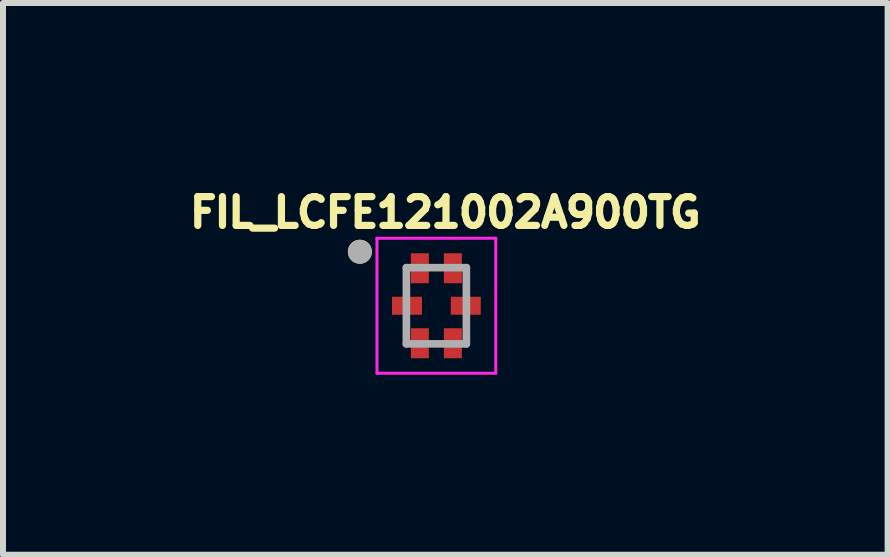
<source format=kicad_pcb>
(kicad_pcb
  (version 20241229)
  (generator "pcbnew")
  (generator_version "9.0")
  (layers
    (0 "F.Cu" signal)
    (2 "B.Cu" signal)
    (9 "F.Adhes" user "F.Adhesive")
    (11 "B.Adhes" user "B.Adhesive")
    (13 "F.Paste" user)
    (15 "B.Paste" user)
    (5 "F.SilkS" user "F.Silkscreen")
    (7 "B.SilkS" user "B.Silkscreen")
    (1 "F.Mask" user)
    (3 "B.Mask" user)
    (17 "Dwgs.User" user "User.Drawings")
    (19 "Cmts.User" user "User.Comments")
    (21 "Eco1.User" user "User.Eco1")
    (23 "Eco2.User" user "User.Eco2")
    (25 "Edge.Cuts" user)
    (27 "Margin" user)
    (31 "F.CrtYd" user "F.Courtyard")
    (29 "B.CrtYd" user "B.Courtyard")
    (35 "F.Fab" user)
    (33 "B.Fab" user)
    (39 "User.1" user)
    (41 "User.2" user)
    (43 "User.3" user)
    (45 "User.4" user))
  (footprint "FIL_LCFE121002A900TG"
    (layer "F.Cu")
    (at 4.223 2.046)
    (property "Reference" "FIL_LCFE121002A900TG" (at 0.149 -1.555 0) (layer "F.SilkS") (effects (font (size 0.48 0.48) (thickness 0.15))))
    (attr smd)
    (fp_circle (center -1.275 -0.9) (end -1.175 -0.9) (stroke (width 0.2) (type solid)) (fill no) (layer "F.SilkS"))
    (fp_poly (pts (xy -0.84 -0.15) (xy -0.24 -0.15) (xy -0.24 0.15) (xy -0.84 0.15)) (stroke (width 0.01) (type solid)) (fill yes) (layer "F.Paste"))
    (fp_poly (pts (xy -0.425 -0.975) (xy -0.125 -0.975) (xy -0.125 -0.375) (xy -0.425 -0.375)) (stroke (width 0.01) (type solid)) (fill yes) (layer "F.Paste"))
    (fp_poly (pts (xy -0.425 0.375) (xy -0.125 0.375) (xy -0.125 0.975) (xy -0.425 0.975)) (stroke (width 0.01) (type solid)) (fill yes) (layer "F.Paste"))
    (fp_poly (pts (xy 0.125 -0.975) (xy 0.425 -0.975) (xy 0.425 -0.375) (xy 0.125 -0.375)) (stroke (width 0.01) (type solid)) (fill yes) (layer "F.Paste"))
    (fp_poly (pts (xy 0.125 0.375) (xy 0.425 0.375) (xy 0.425 0.975) (xy 0.125 0.975)) (stroke (width 0.01) (type solid)) (fill yes) (layer "F.Paste"))
    (fp_poly (pts (xy 0.24 -0.15) (xy 0.84 -0.15) (xy 0.84 0.15) (xy 0.24 0.15)) (stroke (width 0.01) (type solid)) (fill yes) (layer "F.Paste"))
    (fp_line (start -0.99 -1.125) (end 0.99 -1.125) (stroke (width 0.05) (type solid)) (layer "F.CrtYd"))
    (fp_line (start -0.99 1.125) (end -0.99 -1.125) (stroke (width 0.05) (type solid)) (layer "F.CrtYd"))
    (fp_line (start 0.99 -1.125) (end 0.99 1.125) (stroke (width 0.05) (type solid)) (layer "F.CrtYd"))
    (fp_line (start 0.99 1.125) (end -0.99 1.125) (stroke (width 0.05) (type solid)) (layer "F.CrtYd"))
    (fp_line (start -0.5 -0.635) (end 0.5 -0.635) (stroke (width 0.127) (type solid)) (layer "F.Fab"))
    (fp_line (start -0.5 0.635) (end -0.5 -0.635) (stroke (width 0.127) (type solid)) (layer "F.Fab"))
    (fp_line (start 0.5 -0.635) (end 0.5 0.635) (stroke (width 0.127) (type solid)) (layer "F.Fab"))
    (fp_line (start 0.5 0.635) (end -0.5 0.635) (stroke (width 0.127) (type solid)) (layer "F.Fab"))
    (fp_circle (center -1.275 -0.9) (end -1.175 -0.9) (stroke (width 0.2) (type solid)) (fill no) (layer "F.Fab"))
    (pad "1" smd rect (at -0.275 -0.625) (size 0.3 0.5) (layers "F.Cu" "F.Mask"))
    (pad "2" smd rect (at 0.275 -0.625) (size 0.3 0.5) (layers "F.Cu" "F.Mask"))
    (pad "3" smd rect (at 0.275 0.625) (size 0.3 0.5) (layers "F.Cu" "F.Mask"))
    (pad "4" smd rect (at -0.275 0.625) (size 0.3 0.5) (layers "F.Cu" "F.Mask"))
    (pad "5" smd rect (at -0.49 0) (size 0.5 0.3) (layers "F.Cu" "F.Mask"))
    (pad "6" smd rect (at 0.49 0) (size 0.5 0.3) (layers "F.Cu" "F.Mask")))
  (gr_rect
    (start -3 -3)
    (end 11.744 6.196)
    (stroke (width 0.1) (type default))
    (fill no)
    (layer "Edge.Cuts")))
</source>
